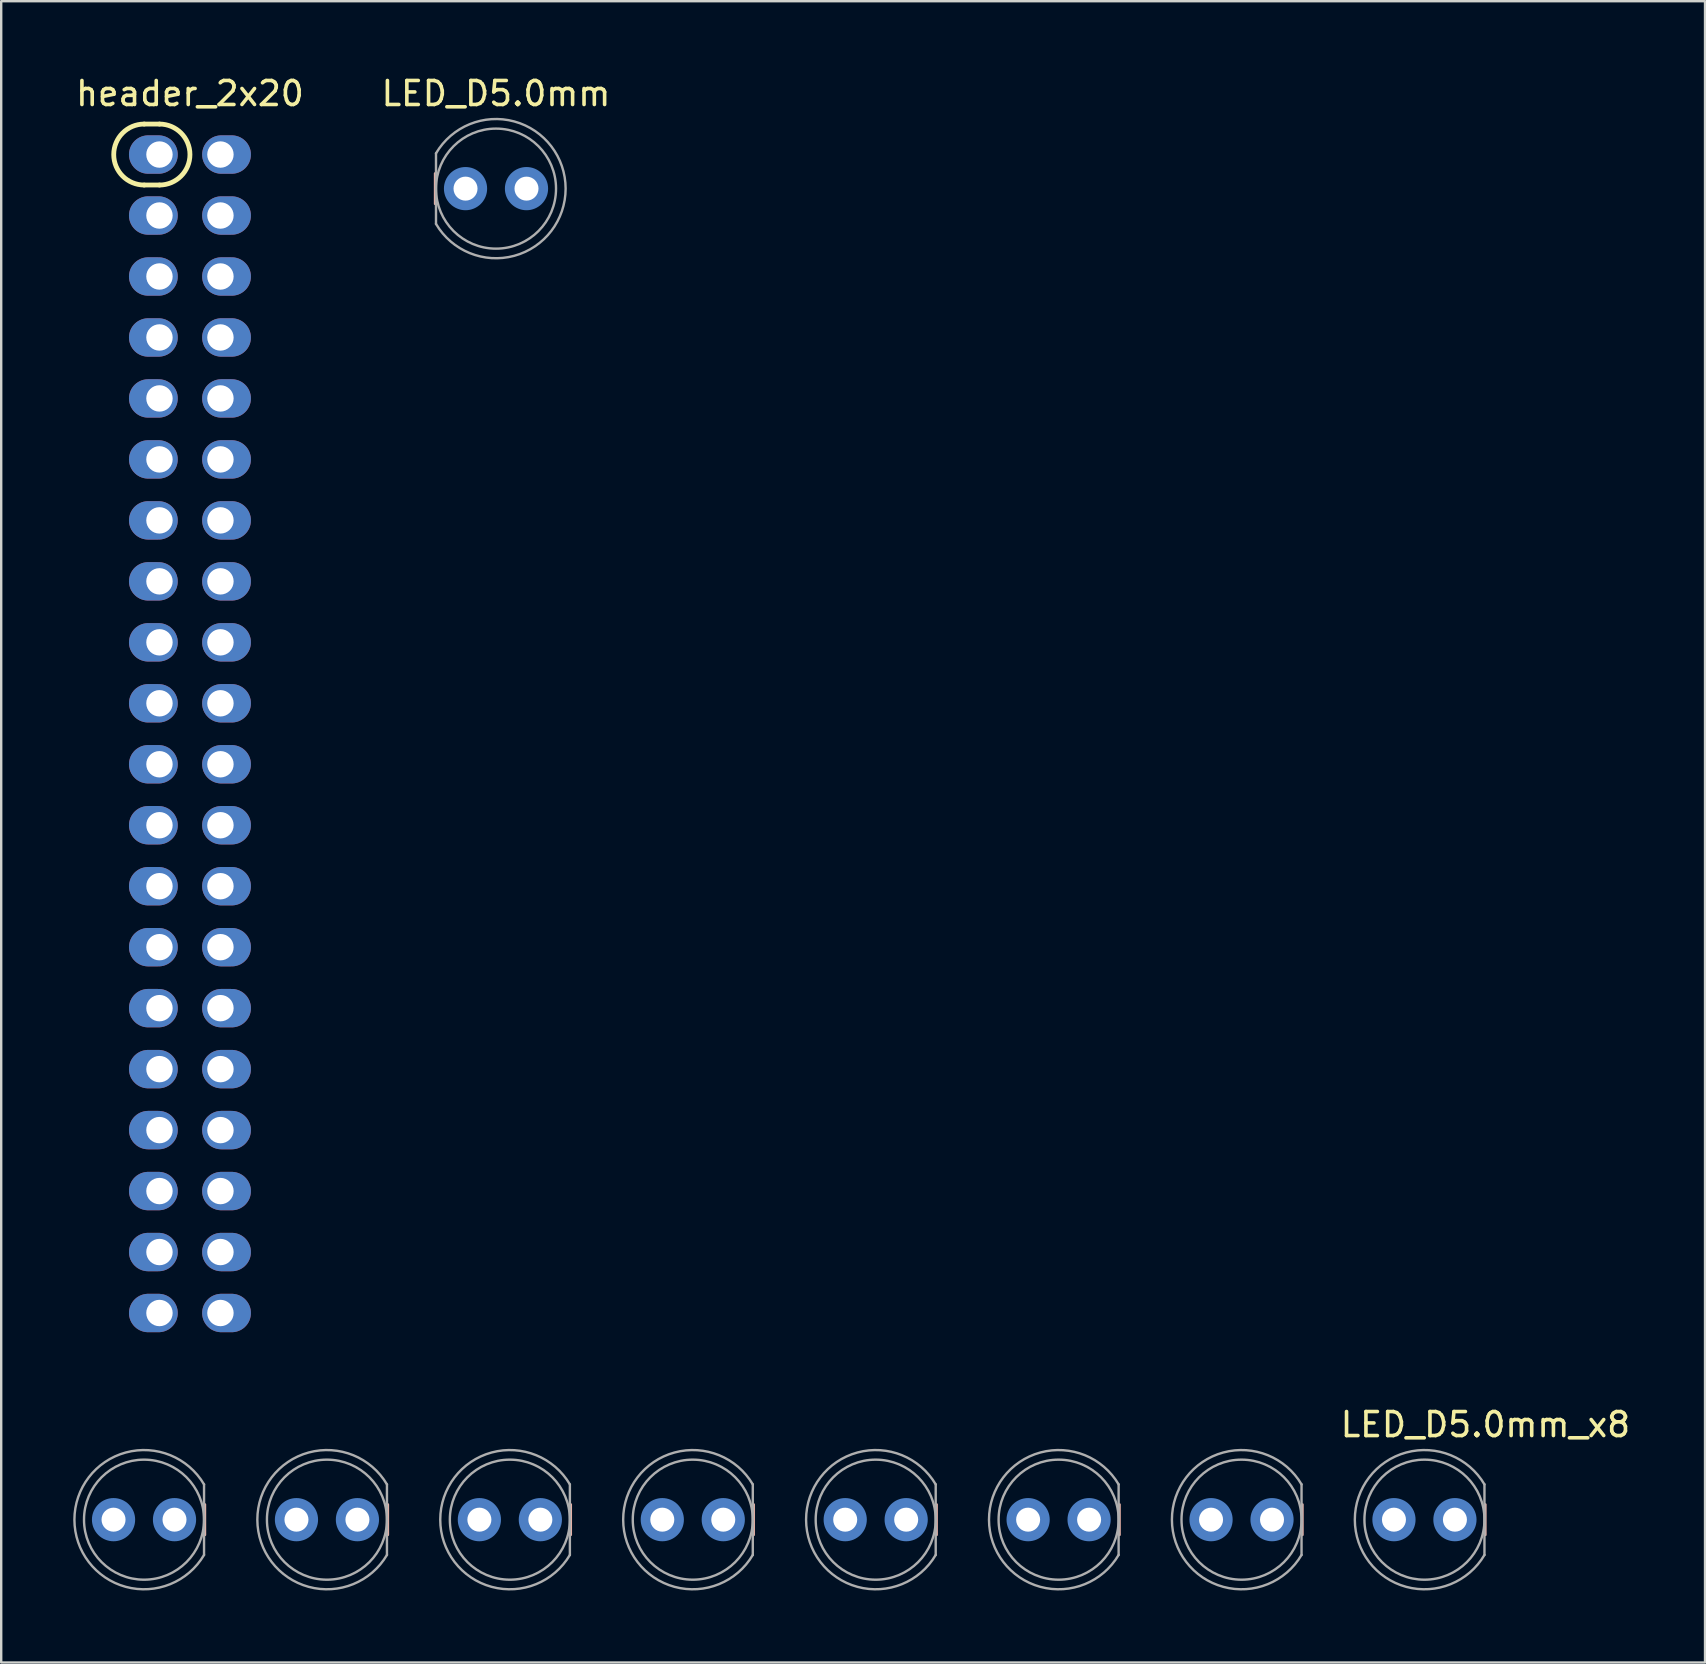
<source format=kicad_pcb>
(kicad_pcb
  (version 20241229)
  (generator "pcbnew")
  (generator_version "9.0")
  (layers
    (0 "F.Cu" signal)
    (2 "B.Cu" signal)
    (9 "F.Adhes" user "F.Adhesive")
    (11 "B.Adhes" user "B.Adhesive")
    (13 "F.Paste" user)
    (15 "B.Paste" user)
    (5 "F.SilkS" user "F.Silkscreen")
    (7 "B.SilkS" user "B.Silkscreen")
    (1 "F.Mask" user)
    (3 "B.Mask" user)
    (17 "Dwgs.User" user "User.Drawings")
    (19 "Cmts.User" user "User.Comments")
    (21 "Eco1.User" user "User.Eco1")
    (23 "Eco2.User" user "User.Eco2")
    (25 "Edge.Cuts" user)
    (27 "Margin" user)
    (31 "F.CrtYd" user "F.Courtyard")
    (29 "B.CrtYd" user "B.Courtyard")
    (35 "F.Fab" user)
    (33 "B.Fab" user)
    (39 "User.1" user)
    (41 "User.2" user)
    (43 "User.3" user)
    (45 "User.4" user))
  (footprint "LED_D5.0mm"
    (layer "F.Cu")
    (at 16.343 4.808)
    (property "Reference" "LED_D5.0mm" (at 1.27 -3.96 0) (layer "F.SilkS") (effects (font (size 1 1) (thickness 0.15))))
    (attr through_hole)
    (fp_line (start -1.27 0.635) (end -1.27 -0.635) (stroke (width 0.1) (type solid)) (layer "B.SilkS"))
    (fp_line (start -1.23 -1.47) (end -1.23 1.47) (stroke (width 0.1) (type solid)) (layer "F.Fab"))
    (fp_arc (start -1.23 -1.469694) (mid 4.17 0.000016) (end -1.230016 1.469666) (stroke (width 0.1) (type solid)) (layer "F.Fab"))
    (fp_circle (center 1.27 0) (end 3.77 0) (stroke (width 0.1) (type solid)) (fill no) (layer "F.Fab"))
    (pad "1" thru_hole circle (at 0 0) (size 1.4 1.4) (drill 1) (layers "*.Cu" "B.Mask"))
    (pad "1" smd circle (at 0 0) (size 1.8 1.8) (layers "B.Cu" "B.Mask" "B.Paste"))
    (pad "2" thru_hole circle (at 2.54 0) (size 1.4 1.4) (drill 1) (layers "*.Cu" "B.Mask"))
    (pad "2" smd circle (at 2.54 0) (size 1.8 1.8) (layers "B.Cu" "B.Mask" "B.Paste")))
  (footprint "header_2x20"
    (layer "F.Cu")
    (at 4.863 27.518)
    (property "Reference" "header_2x20" (at 0 -26.67 0) (layer "F.SilkS") (effects (font (size 1 1) (thickness 0.15))))
    (attr through_hole)
    (fp_line (start -1.905 -25.4) (end -1.27 -25.4) (stroke (width 0.2) (type solid)) (layer "F.SilkS"))
    (fp_line (start -1.27 -22.86) (end -1.905 -22.86) (stroke (width 0.2) (type solid)) (layer "F.SilkS"))
    (fp_arc (start -1.905 -22.86) (mid -3.175 -24.13) (end -1.905 -25.4) (stroke (width 0.2) (type solid)) (layer "F.SilkS"))
    (fp_arc (start -1.27 -25.4) (mid 0 -24.13) (end -1.27 -22.86) (stroke (width 0.2) (type solid)) (layer "F.SilkS"))
    (pad "1" thru_hole oval (at -1.27 -24.13) (size 2.032 1.6) (drill 1.1 (offset -0.254 0)) (layers "*.Cu" "*.Mask"))
    (pad "2" thru_hole oval (at 1.27 -24.13) (size 2.032 1.6) (drill 1.1 (offset 0.254 0)) (layers "*.Cu" "*.Mask"))
    (pad "3" thru_hole oval (at -1.27 -21.59) (size 2.032 1.6) (drill 1.1 (offset -0.254 0)) (layers "*.Cu" "*.Mask"))
    (pad "4" thru_hole oval (at 1.27 -21.59) (size 2.032 1.6) (drill 1.1 (offset 0.254 0)) (layers "*.Cu" "*.Mask"))
    (pad "5" thru_hole oval (at -1.27 -19.05) (size 2.032 1.6) (drill 1.1 (offset -0.254 0)) (layers "*.Cu" "*.Mask"))
    (pad "6" thru_hole oval (at 1.27 -19.05) (size 2.032 1.6) (drill 1.1 (offset 0.254 0)) (layers "*.Cu" "*.Mask"))
    (pad "7" thru_hole oval (at -1.27 -16.51) (size 2.032 1.6) (drill 1.1 (offset -0.254 0)) (layers "*.Cu" "*.Mask"))
    (pad "8" thru_hole oval (at 1.27 -16.51) (size 2.032 1.6) (drill 1.1 (offset 0.254 0)) (layers "*.Cu" "*.Mask"))
    (pad "9" thru_hole oval (at -1.27 -13.97) (size 2.032 1.6) (drill 1.1 (offset -0.254 0)) (layers "*.Cu" "*.Mask"))
    (pad "10" thru_hole oval (at 1.27 -13.97) (size 2.032 1.6) (drill 1.1 (offset 0.254 0)) (layers "*.Cu" "*.Mask"))
    (pad "11" thru_hole oval (at -1.27 -11.43) (size 2.032 1.6) (drill 1.1 (offset -0.254 0)) (layers "*.Cu" "*.Mask"))
    (pad "12" thru_hole oval (at 1.27 -11.43) (size 2.032 1.6) (drill 1.1 (offset 0.254 0)) (layers "*.Cu" "*.Mask"))
    (pad "13" thru_hole oval (at -1.27 -8.89) (size 2.032 1.6) (drill 1.1 (offset -0.254 0)) (layers "*.Cu" "*.Mask"))
    (pad "14" thru_hole oval (at 1.27 -8.89) (size 2.032 1.6) (drill 1.1 (offset 0.254 0)) (layers "*.Cu" "*.Mask"))
    (pad "15" thru_hole oval (at -1.27 -6.35) (size 2.032 1.6) (drill 1.1 (offset -0.254 0)) (layers "*.Cu" "*.Mask"))
    (pad "16" thru_hole oval (at 1.27 -6.35) (size 2.032 1.6) (drill 1.1 (offset 0.254 0)) (layers "*.Cu" "*.Mask"))
    (pad "17" thru_hole oval (at -1.27 -3.81) (size 2.032 1.6) (drill 1.1 (offset -0.254 0)) (layers "*.Cu" "*.Mask"))
    (pad "18" thru_hole oval (at 1.27 -3.81) (size 2.032 1.6) (drill 1.1 (offset 0.254 0)) (layers "*.Cu" "*.Mask"))
    (pad "19" thru_hole oval (at -1.27 -1.27) (size 2.032 1.6) (drill 1.1 (offset -0.254 0)) (layers "*.Cu" "*.Mask"))
    (pad "20" thru_hole oval (at 1.27 -1.27) (size 2.032 1.6) (drill 1.1 (offset 0.254 0)) (layers "*.Cu" "*.Mask"))
    (pad "21" thru_hole oval (at -1.27 1.27) (size 2.032 1.6) (drill 1.1 (offset -0.254 0)) (layers "*.Cu" "*.Mask"))
    (pad "22" thru_hole oval (at 1.27 1.27) (size 2.032 1.6) (drill 1.1 (offset 0.254 0)) (layers "*.Cu" "*.Mask"))
    (pad "23" thru_hole oval (at -1.27 3.81) (size 2.032 1.6) (drill 1.1 (offset -0.254 0)) (layers "*.Cu" "*.Mask"))
    (pad "24" thru_hole oval (at 1.27 3.81) (size 2.032 1.6) (drill 1.1 (offset 0.254 0)) (layers "*.Cu" "*.Mask"))
    (pad "25" thru_hole oval (at -1.27 6.35) (size 2.032 1.6) (drill 1.1 (offset -0.254 0)) (layers "*.Cu" "*.Mask"))
    (pad "26" thru_hole oval (at 1.27 6.35) (size 2.032 1.6) (drill 1.1 (offset 0.254 0)) (layers "*.Cu" "*.Mask"))
    (pad "27" thru_hole oval (at -1.27 8.89) (size 2.032 1.6) (drill 1.1 (offset -0.254 0)) (layers "*.Cu" "*.Mask"))
    (pad "28" thru_hole oval (at 1.27 8.89) (size 2.032 1.6) (drill 1.1 (offset 0.254 0)) (layers "*.Cu" "*.Mask"))
    (pad "29" thru_hole oval (at -1.27 11.43) (size 2.032 1.6) (drill 1.1 (offset -0.254 0)) (layers "*.Cu" "*.Mask"))
    (pad "30" thru_hole oval (at 1.27 11.43) (size 2.032 1.6) (drill 1.1 (offset 0.254 0)) (layers "*.Cu" "*.Mask"))
    (pad "31" thru_hole oval (at -1.27 13.97) (size 2.032 1.6) (drill 1.1 (offset -0.254 0)) (layers "*.Cu" "*.Mask"))
    (pad "32" thru_hole oval (at 1.27 13.97) (size 2.032 1.6) (drill 1.1 (offset 0.254 0)) (layers "*.Cu" "*.Mask"))
    (pad "33" thru_hole oval (at -1.27 16.51) (size 2.032 1.6) (drill 1.1 (offset -0.254 0)) (layers "*.Cu" "*.Mask"))
    (pad "34" thru_hole oval (at 1.27 16.51) (size 2.032 1.6) (drill 1.1 (offset 0.254 0)) (layers "*.Cu" "*.Mask"))
    (pad "35" thru_hole oval (at -1.27 19.05) (size 2.032 1.6) (drill 1.1 (offset -0.254 0)) (layers "*.Cu" "*.Mask"))
    (pad "36" thru_hole oval (at 1.27 19.05) (size 2.032 1.6) (drill 1.1 (offset 0.254 0)) (layers "*.Cu" "*.Mask"))
    (pad "37" thru_hole oval (at -1.27 21.59) (size 2.032 1.6) (drill 1.1 (offset -0.254 0)) (layers "*.Cu" "*.Mask"))
    (pad "38" thru_hole oval (at 1.27 21.59) (size 2.032 1.6) (drill 1.1 (offset 0.254 0)) (layers "*.Cu" "*.Mask"))
    (pad "39" thru_hole oval (at -1.27 24.13) (size 2.032 1.6) (drill 1.1 (offset -0.254 0)) (layers "*.Cu" "*.Mask"))
    (pad "40" thru_hole oval (at 1.27 24.13) (size 2.032 1.6) (drill 1.1 (offset 0.254 0)) (layers "*.Cu" "*.Mask")))
  (footprint "LED_D5.0mm_x8"
    (layer "F.Cu")
    (at 57.56 60.257)
    (property "Reference" "LED_D5.0mm_x8" (at 1.27 -3.96 0) (layer "F.SilkS") (effects (font (size 1 1) (thickness 0.15))))
    (attr through_hole)
    (fp_line (start -52.07 -0.635) (end -52.07 0.635) (stroke (width 0.1) (type solid)) (layer "B.SilkS"))
    (fp_line (start -44.45 -0.635) (end -44.45 0.635) (stroke (width 0.1) (type solid)) (layer "B.SilkS"))
    (fp_line (start -36.83 -0.635) (end -36.83 0.635) (stroke (width 0.1) (type solid)) (layer "B.SilkS"))
    (fp_line (start -29.21 -0.635) (end -29.21 0.635) (stroke (width 0.1) (type solid)) (layer "B.SilkS"))
    (fp_line (start -21.59 -0.635) (end -21.59 0.635) (stroke (width 0.1) (type solid)) (layer "B.SilkS"))
    (fp_line (start -13.97 -0.635) (end -13.97 0.635) (stroke (width 0.1) (type solid)) (layer "B.SilkS"))
    (fp_line (start -6.35 -0.635) (end -6.35 0.635) (stroke (width 0.1) (type solid)) (layer "B.SilkS"))
    (fp_line (start 1.27 -0.635) (end 1.27 0.635) (stroke (width 0.1) (type solid)) (layer "B.SilkS"))
    (fp_line (start -52.11 1.47) (end -52.11 -1.47) (stroke (width 0.1) (type solid)) (layer "F.Fab"))
    (fp_line (start -44.49 1.47) (end -44.49 -1.47) (stroke (width 0.1) (type solid)) (layer "F.Fab"))
    (fp_line (start -36.87 1.47) (end -36.87 -1.47) (stroke (width 0.1) (type solid)) (layer "F.Fab"))
    (fp_line (start -29.25 1.47) (end -29.25 -1.47) (stroke (width 0.1) (type solid)) (layer "F.Fab"))
    (fp_line (start -21.63 1.47) (end -21.63 -1.47) (stroke (width 0.1) (type solid)) (layer "F.Fab"))
    (fp_line (start -14.01 1.47) (end -14.01 -1.47) (stroke (width 0.1) (type solid)) (layer "F.Fab"))
    (fp_line (start -6.39 1.47) (end -6.39 -1.47) (stroke (width 0.1) (type solid)) (layer "F.Fab"))
    (fp_line (start 1.23 1.47) (end 1.23 -1.47) (stroke (width 0.1) (type solid)) (layer "F.Fab"))
    (fp_arc (start -52.11 1.469694) (mid -57.51 -0.000016) (end -52.109984 -1.469666) (stroke (width 0.1) (type solid)) (layer "F.Fab"))
    (fp_arc (start -44.49 1.469694) (mid -49.89 -0.000016) (end -44.489984 -1.469666) (stroke (width 0.1) (type solid)) (layer "F.Fab"))
    (fp_arc (start -36.87 1.469694) (mid -42.27 -0.000016) (end -36.869984 -1.469666) (stroke (width 0.1) (type solid)) (layer "F.Fab"))
    (fp_arc (start -29.25 1.469694) (mid -34.65 -0.000016) (end -29.249984 -1.469666) (stroke (width 0.1) (type solid)) (layer "F.Fab"))
    (fp_arc (start -21.63 1.469694) (mid -27.03 -0.000016) (end -21.629984 -1.469666) (stroke (width 0.1) (type solid)) (layer "F.Fab"))
    (fp_arc (start -14.01 1.469694) (mid -19.41 -0.000016) (end -14.009984 -1.469666) (stroke (width 0.1) (type solid)) (layer "F.Fab"))
    (fp_arc (start -6.39 1.469694) (mid -11.79 -0.000016) (end -6.389984 -1.469666) (stroke (width 0.1) (type solid)) (layer "F.Fab"))
    (fp_arc (start 1.23 1.469694) (mid -4.17 -0.000016) (end 1.230016 -1.469666) (stroke (width 0.1) (type solid)) (layer "F.Fab"))
    (fp_circle (center -54.61 0) (end -57.11 0) (stroke (width 0.1) (type solid)) (fill no) (layer "F.Fab"))
    (fp_circle (center -46.99 0) (end -49.49 0) (stroke (width 0.1) (type solid)) (fill no) (layer "F.Fab"))
    (fp_circle (center -39.37 0) (end -41.87 0) (stroke (width 0.1) (type solid)) (fill no) (layer "F.Fab"))
    (fp_circle (center -31.75 0) (end -34.25 0) (stroke (width 0.1) (type solid)) (fill no) (layer "F.Fab"))
    (fp_circle (center -24.13 0) (end -26.63 0) (stroke (width 0.1) (type solid)) (fill no) (layer "F.Fab"))
    (fp_circle (center -16.51 0) (end -19.01 0) (stroke (width 0.1) (type solid)) (fill no) (layer "F.Fab"))
    (fp_circle (center -8.89 0) (end -11.39 0) (stroke (width 0.1) (type solid)) (fill no) (layer "F.Fab"))
    (fp_circle (center -1.27 0) (end -3.77 0) (stroke (width 0.1) (type solid)) (fill no) (layer "F.Fab"))
    (pad "1" thru_hole circle (at 0 0 180) (size 1.4 1.4) (drill 1) (layers "*.Cu" "B.Mask"))
    (pad "1" smd circle (at 0 0 180) (size 1.8 1.8) (layers "B.Cu" "B.Mask" "B.Paste"))
    (pad "2" thru_hole circle (at -2.54 0 180) (size 1.4 1.4) (drill 1) (layers "*.Cu" "B.Mask"))
    (pad "2" smd circle (at -2.54 0 180) (size 1.8 1.8) (layers "B.Cu" "B.Mask" "B.Paste"))
    (pad "3" thru_hole circle (at -7.62 0 180) (size 1.4 1.4) (drill 1) (layers "*.Cu" "B.Mask"))
    (pad "3" smd circle (at -7.62 0 180) (size 1.8 1.8) (layers "B.Cu" "B.Mask" "B.Paste"))
    (pad "4" thru_hole circle (at -10.16 0 180) (size 1.4 1.4) (drill 1) (layers "*.Cu" "B.Mask"))
    (pad "4" smd circle (at -10.16 0 180) (size 1.8 1.8) (layers "B.Cu" "B.Mask" "B.Paste"))
    (pad "5" thru_hole circle (at -15.24 0 180) (size 1.4 1.4) (drill 1) (layers "*.Cu" "B.Mask"))
    (pad "5" smd circle (at -15.24 0 180) (size 1.8 1.8) (layers "B.Cu" "B.Mask" "B.Paste"))
    (pad "6" thru_hole circle (at -17.78 0 180) (size 1.4 1.4) (drill 1) (layers "*.Cu" "B.Mask"))
    (pad "6" smd circle (at -17.78 0 180) (size 1.8 1.8) (layers "B.Cu" "B.Mask" "B.Paste"))
    (pad "7" thru_hole circle (at -22.86 0 180) (size 1.4 1.4) (drill 1) (layers "*.Cu" "B.Mask"))
    (pad "7" smd circle (at -22.86 0 180) (size 1.8 1.8) (layers "B.Cu" "B.Mask" "B.Paste"))
    (pad "8" thru_hole circle (at -25.4 0 180) (size 1.4 1.4) (drill 1) (layers "*.Cu" "B.Mask"))
    (pad "8" smd circle (at -25.4 0 180) (size 1.8 1.8) (layers "B.Cu" "B.Mask" "B.Paste"))
    (pad "9" thru_hole circle (at -30.48 0 180) (size 1.4 1.4) (drill 1) (layers "*.Cu" "B.Mask"))
    (pad "9" smd circle (at -30.48 0 180) (size 1.8 1.8) (layers "B.Cu" "B.Mask" "B.Paste"))
    (pad "10" thru_hole circle (at -33.02 0 180) (size 1.4 1.4) (drill 1) (layers "*.Cu" "B.Mask"))
    (pad "10" smd circle (at -33.02 0 180) (size 1.8 1.8) (layers "B.Cu" "B.Mask" "B.Paste"))
    (pad "11" thru_hole circle (at -38.1 0 180) (size 1.4 1.4) (drill 1) (layers "*.Cu" "B.Mask"))
    (pad "11" smd circle (at -38.1 0 180) (size 1.8 1.8) (layers "B.Cu" "B.Mask" "B.Paste"))
    (pad "12" thru_hole circle (at -40.64 0 180) (size 1.4 1.4) (drill 1) (layers "*.Cu" "B.Mask"))
    (pad "12" smd circle (at -40.64 0 180) (size 1.8 1.8) (layers "B.Cu" "B.Mask" "B.Paste"))
    (pad "13" thru_hole circle (at -45.72 0 180) (size 1.4 1.4) (drill 1) (layers "*.Cu" "B.Mask"))
    (pad "13" smd circle (at -45.72 0 180) (size 1.8 1.8) (layers "B.Cu" "B.Mask" "B.Paste"))
    (pad "14" thru_hole circle (at -48.26 0 180) (size 1.4 1.4) (drill 1) (layers "*.Cu" "B.Mask"))
    (pad "14" smd circle (at -48.26 0 180) (size 1.8 1.8) (layers "B.Cu" "B.Mask" "B.Paste"))
    (pad "15" thru_hole circle (at -53.34 0 180) (size 1.4 1.4) (drill 1) (layers "*.Cu" "B.Mask"))
    (pad "15" smd circle (at -53.34 0 180) (size 1.8 1.8) (layers "B.Cu" "B.Mask" "B.Paste"))
    (pad "16" thru_hole circle (at -55.88 0 180) (size 1.4 1.4) (drill 1) (layers "*.Cu" "B.Mask"))
    (pad "16" smd circle (at -55.88 0 180) (size 1.8 1.8) (layers "B.Cu" "B.Mask" "B.Paste")))
  (gr_rect
    (start -3 -3)
    (end 67.979 66.207)
    (stroke (width 0.1) (type default))
    (fill no)
    (layer "Edge.Cuts")))
</source>
